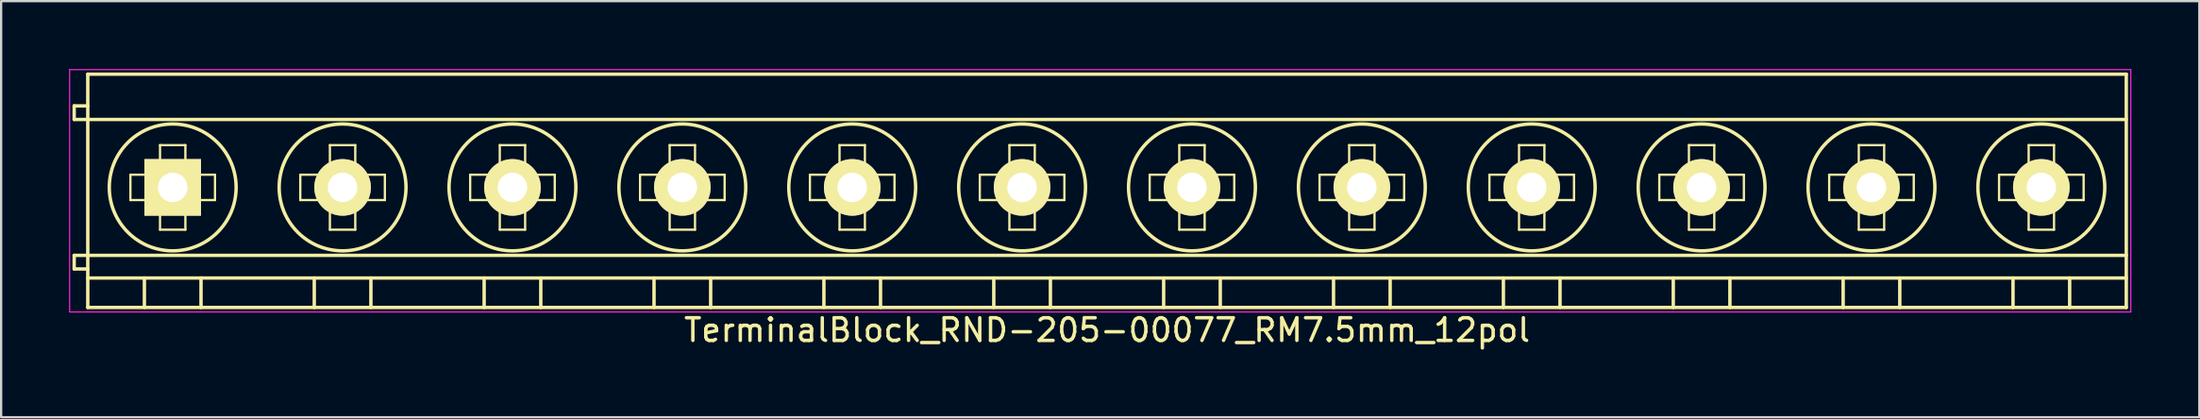
<source format=kicad_pcb>
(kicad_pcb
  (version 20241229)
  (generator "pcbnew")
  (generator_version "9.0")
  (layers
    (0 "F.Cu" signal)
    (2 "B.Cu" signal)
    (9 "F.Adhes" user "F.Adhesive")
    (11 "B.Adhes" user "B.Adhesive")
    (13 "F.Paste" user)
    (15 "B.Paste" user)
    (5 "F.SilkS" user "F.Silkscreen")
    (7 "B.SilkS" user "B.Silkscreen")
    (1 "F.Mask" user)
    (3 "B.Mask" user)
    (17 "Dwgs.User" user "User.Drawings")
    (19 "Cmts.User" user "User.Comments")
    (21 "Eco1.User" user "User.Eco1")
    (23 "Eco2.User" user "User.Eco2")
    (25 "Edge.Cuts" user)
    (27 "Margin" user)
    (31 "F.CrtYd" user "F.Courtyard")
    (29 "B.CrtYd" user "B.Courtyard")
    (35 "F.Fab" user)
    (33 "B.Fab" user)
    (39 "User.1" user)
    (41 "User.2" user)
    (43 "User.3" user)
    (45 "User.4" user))
  (footprint "TerminalBlock_RND-205-00077_RM7.5mm_12pol"
    (layer "F.Cu")
    (at 4.575 5.225)
    (property "Reference" "TerminalBlock_RND-205-00077_RM7.5mm_12pol" (at 41.25 6.3 0) (layer "F.SilkS") (effects (font (size 1 1) (thickness 0.15))))
    (attr through_hole)
    (fp_line (start -4.35 -3.6) (end -4.35 -3) (stroke (width 0.15) (type solid)) (layer "F.SilkS"))
    (fp_line (start -4.35 -3) (end -3.75 -3) (stroke (width 0.15) (type solid)) (layer "F.SilkS"))
    (fp_line (start -4.35 3) (end -4.35 3.6) (stroke (width 0.15) (type solid)) (layer "F.SilkS"))
    (fp_line (start -4.35 3.6) (end -3.75 3.6) (stroke (width 0.15) (type solid)) (layer "F.SilkS"))
    (fp_line (start -3.75 -5) (end 86.25 -5) (stroke (width 0.15) (type solid)) (layer "F.SilkS"))
    (fp_line (start -3.75 -3.6) (end -4.35 -3.6) (stroke (width 0.15) (type solid)) (layer "F.SilkS"))
    (fp_line (start -3.75 -3) (end 86.25 -3) (stroke (width 0.15) (type solid)) (layer "F.SilkS"))
    (fp_line (start -3.75 3) (end -4.35 3) (stroke (width 0.15) (type solid)) (layer "F.SilkS"))
    (fp_line (start -3.75 3) (end 86.25 3) (stroke (width 0.15) (type solid)) (layer "F.SilkS"))
    (fp_line (start -3.75 4) (end 86.25 4) (stroke (width 0.15) (type solid)) (layer "F.SilkS"))
    (fp_line (start -3.75 5.3) (end -3.75 -5) (stroke (width 0.15) (type solid)) (layer "F.SilkS"))
    (fp_line (start -1.867 -0.56) (end -0.56 -0.56) (stroke (width 0.1) (type solid)) (layer "F.SilkS"))
    (fp_line (start -1.867 0.56) (end -1.867 -0.56) (stroke (width 0.1) (type solid)) (layer "F.SilkS"))
    (fp_line (start -1.25 4) (end -1.25 5.3) (stroke (width 0.15) (type solid)) (layer "F.SilkS"))
    (fp_line (start -0.56 -1.867) (end 0.56 -1.867) (stroke (width 0.1) (type solid)) (layer "F.SilkS"))
    (fp_line (start -0.56 -0.56) (end -0.56 -1.867) (stroke (width 0.1) (type solid)) (layer "F.SilkS"))
    (fp_line (start -0.56 0.56) (end -1.867 0.56) (stroke (width 0.1) (type solid)) (layer "F.SilkS"))
    (fp_line (start -0.56 1.867) (end -0.56 0.56) (stroke (width 0.1) (type solid)) (layer "F.SilkS"))
    (fp_line (start 0.56 -1.867) (end 0.56 -0.56) (stroke (width 0.1) (type solid)) (layer "F.SilkS"))
    (fp_line (start 0.56 -0.56) (end 1.867 -0.56) (stroke (width 0.1) (type solid)) (layer "F.SilkS"))
    (fp_line (start 0.56 0.56) (end 0.56 1.867) (stroke (width 0.1) (type solid)) (layer "F.SilkS"))
    (fp_line (start 0.56 1.867) (end -0.56 1.867) (stroke (width 0.1) (type solid)) (layer "F.SilkS"))
    (fp_line (start 1.25 4) (end 1.25 5.3) (stroke (width 0.15) (type solid)) (layer "F.SilkS"))
    (fp_line (start 1.867 -0.56) (end 1.867 0.56) (stroke (width 0.1) (type solid)) (layer "F.SilkS"))
    (fp_line (start 1.867 0.56) (end 0.56 0.56) (stroke (width 0.1) (type solid)) (layer "F.SilkS"))
    (fp_line (start 5.633 -0.56) (end 6.94 -0.56) (stroke (width 0.1) (type solid)) (layer "F.SilkS"))
    (fp_line (start 5.633 0.56) (end 5.633 -0.56) (stroke (width 0.1) (type solid)) (layer "F.SilkS"))
    (fp_line (start 6.25 4) (end 6.25 5.3) (stroke (width 0.15) (type solid)) (layer "F.SilkS"))
    (fp_line (start 6.94 -1.867) (end 8.06 -1.867) (stroke (width 0.1) (type solid)) (layer "F.SilkS"))
    (fp_line (start 6.94 -0.56) (end 6.94 -1.867) (stroke (width 0.1) (type solid)) (layer "F.SilkS"))
    (fp_line (start 6.94 0.56) (end 5.633 0.56) (stroke (width 0.1) (type solid)) (layer "F.SilkS"))
    (fp_line (start 6.94 1.867) (end 6.94 0.56) (stroke (width 0.1) (type solid)) (layer "F.SilkS"))
    (fp_line (start 8.06 -1.867) (end 8.06 -0.56) (stroke (width 0.1) (type solid)) (layer "F.SilkS"))
    (fp_line (start 8.06 -0.56) (end 9.367 -0.56) (stroke (width 0.1) (type solid)) (layer "F.SilkS"))
    (fp_line (start 8.06 0.56) (end 8.06 1.867) (stroke (width 0.1) (type solid)) (layer "F.SilkS"))
    (fp_line (start 8.06 1.867) (end 6.94 1.867) (stroke (width 0.1) (type solid)) (layer "F.SilkS"))
    (fp_line (start 8.75 4) (end 8.75 5.3) (stroke (width 0.15) (type solid)) (layer "F.SilkS"))
    (fp_line (start 9.367 -0.56) (end 9.367 0.56) (stroke (width 0.1) (type solid)) (layer "F.SilkS"))
    (fp_line (start 9.367 0.56) (end 8.06 0.56) (stroke (width 0.1) (type solid)) (layer "F.SilkS"))
    (fp_line (start 13.133 -0.56) (end 14.44 -0.56) (stroke (width 0.1) (type solid)) (layer "F.SilkS"))
    (fp_line (start 13.133 0.56) (end 13.133 -0.56) (stroke (width 0.1) (type solid)) (layer "F.SilkS"))
    (fp_line (start 13.75 4) (end 13.75 5.3) (stroke (width 0.15) (type solid)) (layer "F.SilkS"))
    (fp_line (start 14.44 -1.867) (end 15.56 -1.867) (stroke (width 0.1) (type solid)) (layer "F.SilkS"))
    (fp_line (start 14.44 -0.56) (end 14.44 -1.867) (stroke (width 0.1) (type solid)) (layer "F.SilkS"))
    (fp_line (start 14.44 0.56) (end 13.133 0.56) (stroke (width 0.1) (type solid)) (layer "F.SilkS"))
    (fp_line (start 14.44 1.867) (end 14.44 0.56) (stroke (width 0.1) (type solid)) (layer "F.SilkS"))
    (fp_line (start 15.56 -1.867) (end 15.56 -0.56) (stroke (width 0.1) (type solid)) (layer "F.SilkS"))
    (fp_line (start 15.56 -0.56) (end 16.867 -0.56) (stroke (width 0.1) (type solid)) (layer "F.SilkS"))
    (fp_line (start 15.56 0.56) (end 15.56 1.867) (stroke (width 0.1) (type solid)) (layer "F.SilkS"))
    (fp_line (start 15.56 1.867) (end 14.44 1.867) (stroke (width 0.1) (type solid)) (layer "F.SilkS"))
    (fp_line (start 16.25 4) (end 16.25 5.3) (stroke (width 0.15) (type solid)) (layer "F.SilkS"))
    (fp_line (start 16.867 -0.56) (end 16.867 0.56) (stroke (width 0.1) (type solid)) (layer "F.SilkS"))
    (fp_line (start 16.867 0.56) (end 15.56 0.56) (stroke (width 0.1) (type solid)) (layer "F.SilkS"))
    (fp_line (start 20.633 -0.56) (end 21.94 -0.56) (stroke (width 0.1) (type solid)) (layer "F.SilkS"))
    (fp_line (start 20.633 0.56) (end 20.633 -0.56) (stroke (width 0.1) (type solid)) (layer "F.SilkS"))
    (fp_line (start 21.25 4) (end 21.25 5.3) (stroke (width 0.15) (type solid)) (layer "F.SilkS"))
    (fp_line (start 21.94 -1.867) (end 23.06 -1.867) (stroke (width 0.1) (type solid)) (layer "F.SilkS"))
    (fp_line (start 21.94 -0.56) (end 21.94 -1.867) (stroke (width 0.1) (type solid)) (layer "F.SilkS"))
    (fp_line (start 21.94 0.56) (end 20.633 0.56) (stroke (width 0.1) (type solid)) (layer "F.SilkS"))
    (fp_line (start 21.94 1.867) (end 21.94 0.56) (stroke (width 0.1) (type solid)) (layer "F.SilkS"))
    (fp_line (start 23.06 -1.867) (end 23.06 -0.56) (stroke (width 0.1) (type solid)) (layer "F.SilkS"))
    (fp_line (start 23.06 -0.56) (end 24.367 -0.56) (stroke (width 0.1) (type solid)) (layer "F.SilkS"))
    (fp_line (start 23.06 0.56) (end 23.06 1.867) (stroke (width 0.1) (type solid)) (layer "F.SilkS"))
    (fp_line (start 23.06 1.867) (end 21.94 1.867) (stroke (width 0.1) (type solid)) (layer "F.SilkS"))
    (fp_line (start 23.75 4) (end 23.75 5.3) (stroke (width 0.15) (type solid)) (layer "F.SilkS"))
    (fp_line (start 24.367 -0.56) (end 24.367 0.56) (stroke (width 0.1) (type solid)) (layer "F.SilkS"))
    (fp_line (start 24.367 0.56) (end 23.06 0.56) (stroke (width 0.1) (type solid)) (layer "F.SilkS"))
    (fp_line (start 28.133 -0.56) (end 29.44 -0.56) (stroke (width 0.1) (type solid)) (layer "F.SilkS"))
    (fp_line (start 28.133 0.56) (end 28.133 -0.56) (stroke (width 0.1) (type solid)) (layer "F.SilkS"))
    (fp_line (start 28.75 4) (end 28.75 5.3) (stroke (width 0.15) (type solid)) (layer "F.SilkS"))
    (fp_line (start 29.44 -1.867) (end 30.56 -1.867) (stroke (width 0.1) (type solid)) (layer "F.SilkS"))
    (fp_line (start 29.44 -0.56) (end 29.44 -1.867) (stroke (width 0.1) (type solid)) (layer "F.SilkS"))
    (fp_line (start 29.44 0.56) (end 28.133 0.56) (stroke (width 0.1) (type solid)) (layer "F.SilkS"))
    (fp_line (start 29.44 1.867) (end 29.44 0.56) (stroke (width 0.1) (type solid)) (layer "F.SilkS"))
    (fp_line (start 30.56 -1.867) (end 30.56 -0.56) (stroke (width 0.1) (type solid)) (layer "F.SilkS"))
    (fp_line (start 30.56 -0.56) (end 31.867 -0.56) (stroke (width 0.1) (type solid)) (layer "F.SilkS"))
    (fp_line (start 30.56 0.56) (end 30.56 1.867) (stroke (width 0.1) (type solid)) (layer "F.SilkS"))
    (fp_line (start 30.56 1.867) (end 29.44 1.867) (stroke (width 0.1) (type solid)) (layer "F.SilkS"))
    (fp_line (start 31.25 4) (end 31.25 5.3) (stroke (width 0.15) (type solid)) (layer "F.SilkS"))
    (fp_line (start 31.867 -0.56) (end 31.867 0.56) (stroke (width 0.1) (type solid)) (layer "F.SilkS"))
    (fp_line (start 31.867 0.56) (end 30.56 0.56) (stroke (width 0.1) (type solid)) (layer "F.SilkS"))
    (fp_line (start 35.633 -0.56) (end 36.94 -0.56) (stroke (width 0.1) (type solid)) (layer "F.SilkS"))
    (fp_line (start 35.633 0.56) (end 35.633 -0.56) (stroke (width 0.1) (type solid)) (layer "F.SilkS"))
    (fp_line (start 36.25 4) (end 36.25 5.3) (stroke (width 0.15) (type solid)) (layer "F.SilkS"))
    (fp_line (start 36.94 -1.867) (end 38.06 -1.867) (stroke (width 0.1) (type solid)) (layer "F.SilkS"))
    (fp_line (start 36.94 -0.56) (end 36.94 -1.867) (stroke (width 0.1) (type solid)) (layer "F.SilkS"))
    (fp_line (start 36.94 0.56) (end 35.633 0.56) (stroke (width 0.1) (type solid)) (layer "F.SilkS"))
    (fp_line (start 36.94 1.867) (end 36.94 0.56) (stroke (width 0.1) (type solid)) (layer "F.SilkS"))
    (fp_line (start 38.06 -1.867) (end 38.06 -0.56) (stroke (width 0.1) (type solid)) (layer "F.SilkS"))
    (fp_line (start 38.06 -0.56) (end 39.367 -0.56) (stroke (width 0.1) (type solid)) (layer "F.SilkS"))
    (fp_line (start 38.06 0.56) (end 38.06 1.867) (stroke (width 0.1) (type solid)) (layer "F.SilkS"))
    (fp_line (start 38.06 1.867) (end 36.94 1.867) (stroke (width 0.1) (type solid)) (layer "F.SilkS"))
    (fp_line (start 38.75 4) (end 38.75 5.3) (stroke (width 0.15) (type solid)) (layer "F.SilkS"))
    (fp_line (start 39.367 -0.56) (end 39.367 0.56) (stroke (width 0.1) (type solid)) (layer "F.SilkS"))
    (fp_line (start 39.367 0.56) (end 38.06 0.56) (stroke (width 0.1) (type solid)) (layer "F.SilkS"))
    (fp_line (start 43.133 -0.56) (end 44.44 -0.56) (stroke (width 0.1) (type solid)) (layer "F.SilkS"))
    (fp_line (start 43.133 0.56) (end 43.133 -0.56) (stroke (width 0.1) (type solid)) (layer "F.SilkS"))
    (fp_line (start 43.75 4) (end 43.75 5.3) (stroke (width 0.15) (type solid)) (layer "F.SilkS"))
    (fp_line (start 44.44 -1.867) (end 45.56 -1.867) (stroke (width 0.1) (type solid)) (layer "F.SilkS"))
    (fp_line (start 44.44 -0.56) (end 44.44 -1.867) (stroke (width 0.1) (type solid)) (layer "F.SilkS"))
    (fp_line (start 44.44 0.56) (end 43.133 0.56) (stroke (width 0.1) (type solid)) (layer "F.SilkS"))
    (fp_line (start 44.44 1.867) (end 44.44 0.56) (stroke (width 0.1) (type solid)) (layer "F.SilkS"))
    (fp_line (start 45.56 -1.867) (end 45.56 -0.56) (stroke (width 0.1) (type solid)) (layer "F.SilkS"))
    (fp_line (start 45.56 -0.56) (end 46.867 -0.56) (stroke (width 0.1) (type solid)) (layer "F.SilkS"))
    (fp_line (start 45.56 0.56) (end 45.56 1.867) (stroke (width 0.1) (type solid)) (layer "F.SilkS"))
    (fp_line (start 45.56 1.867) (end 44.44 1.867) (stroke (width 0.1) (type solid)) (layer "F.SilkS"))
    (fp_line (start 46.25 4) (end 46.25 5.3) (stroke (width 0.15) (type solid)) (layer "F.SilkS"))
    (fp_line (start 46.867 -0.56) (end 46.867 0.56) (stroke (width 0.1) (type solid)) (layer "F.SilkS"))
    (fp_line (start 46.867 0.56) (end 45.56 0.56) (stroke (width 0.1) (type solid)) (layer "F.SilkS"))
    (fp_line (start 50.633 -0.56) (end 51.94 -0.56) (stroke (width 0.1) (type solid)) (layer "F.SilkS"))
    (fp_line (start 50.633 0.56) (end 50.633 -0.56) (stroke (width 0.1) (type solid)) (layer "F.SilkS"))
    (fp_line (start 51.25 4) (end 51.25 5.3) (stroke (width 0.15) (type solid)) (layer "F.SilkS"))
    (fp_line (start 51.94 -1.867) (end 53.06 -1.867) (stroke (width 0.1) (type solid)) (layer "F.SilkS"))
    (fp_line (start 51.94 -0.56) (end 51.94 -1.867) (stroke (width 0.1) (type solid)) (layer "F.SilkS"))
    (fp_line (start 51.94 0.56) (end 50.633 0.56) (stroke (width 0.1) (type solid)) (layer "F.SilkS"))
    (fp_line (start 51.94 1.867) (end 51.94 0.56) (stroke (width 0.1) (type solid)) (layer "F.SilkS"))
    (fp_line (start 53.06 -1.867) (end 53.06 -0.56) (stroke (width 0.1) (type solid)) (layer "F.SilkS"))
    (fp_line (start 53.06 -0.56) (end 54.367 -0.56) (stroke (width 0.1) (type solid)) (layer "F.SilkS"))
    (fp_line (start 53.06 0.56) (end 53.06 1.867) (stroke (width 0.1) (type solid)) (layer "F.SilkS"))
    (fp_line (start 53.06 1.867) (end 51.94 1.867) (stroke (width 0.1) (type solid)) (layer "F.SilkS"))
    (fp_line (start 53.75 4) (end 53.75 5.3) (stroke (width 0.15) (type solid)) (layer "F.SilkS"))
    (fp_line (start 54.367 -0.56) (end 54.367 0.56) (stroke (width 0.1) (type solid)) (layer "F.SilkS"))
    (fp_line (start 54.367 0.56) (end 53.06 0.56) (stroke (width 0.1) (type solid)) (layer "F.SilkS"))
    (fp_line (start 58.133 -0.56) (end 59.44 -0.56) (stroke (width 0.1) (type solid)) (layer "F.SilkS"))
    (fp_line (start 58.133 0.56) (end 58.133 -0.56) (stroke (width 0.1) (type solid)) (layer "F.SilkS"))
    (fp_line (start 58.75 4) (end 58.75 5.3) (stroke (width 0.15) (type solid)) (layer "F.SilkS"))
    (fp_line (start 59.44 -1.867) (end 60.56 -1.867) (stroke (width 0.1) (type solid)) (layer "F.SilkS"))
    (fp_line (start 59.44 -0.56) (end 59.44 -1.867) (stroke (width 0.1) (type solid)) (layer "F.SilkS"))
    (fp_line (start 59.44 0.56) (end 58.133 0.56) (stroke (width 0.1) (type solid)) (layer "F.SilkS"))
    (fp_line (start 59.44 1.867) (end 59.44 0.56) (stroke (width 0.1) (type solid)) (layer "F.SilkS"))
    (fp_line (start 60.56 -1.867) (end 60.56 -0.56) (stroke (width 0.1) (type solid)) (layer "F.SilkS"))
    (fp_line (start 60.56 -0.56) (end 61.867 -0.56) (stroke (width 0.1) (type solid)) (layer "F.SilkS"))
    (fp_line (start 60.56 0.56) (end 60.56 1.867) (stroke (width 0.1) (type solid)) (layer "F.SilkS"))
    (fp_line (start 60.56 1.867) (end 59.44 1.867) (stroke (width 0.1) (type solid)) (layer "F.SilkS"))
    (fp_line (start 61.25 4) (end 61.25 5.3) (stroke (width 0.15) (type solid)) (layer "F.SilkS"))
    (fp_line (start 61.867 -0.56) (end 61.867 0.56) (stroke (width 0.1) (type solid)) (layer "F.SilkS"))
    (fp_line (start 61.867 0.56) (end 60.56 0.56) (stroke (width 0.1) (type solid)) (layer "F.SilkS"))
    (fp_line (start 65.633 -0.56) (end 66.94 -0.56) (stroke (width 0.1) (type solid)) (layer "F.SilkS"))
    (fp_line (start 65.633 0.56) (end 65.633 -0.56) (stroke (width 0.1) (type solid)) (layer "F.SilkS"))
    (fp_line (start 66.25 4) (end 66.25 5.3) (stroke (width 0.15) (type solid)) (layer "F.SilkS"))
    (fp_line (start 66.94 -1.867) (end 68.06 -1.867) (stroke (width 0.1) (type solid)) (layer "F.SilkS"))
    (fp_line (start 66.94 -0.56) (end 66.94 -1.867) (stroke (width 0.1) (type solid)) (layer "F.SilkS"))
    (fp_line (start 66.94 0.56) (end 65.633 0.56) (stroke (width 0.1) (type solid)) (layer "F.SilkS"))
    (fp_line (start 66.94 1.867) (end 66.94 0.56) (stroke (width 0.1) (type solid)) (layer "F.SilkS"))
    (fp_line (start 68.06 -1.867) (end 68.06 -0.56) (stroke (width 0.1) (type solid)) (layer "F.SilkS"))
    (fp_line (start 68.06 -0.56) (end 69.367 -0.56) (stroke (width 0.1) (type solid)) (layer "F.SilkS"))
    (fp_line (start 68.06 0.56) (end 68.06 1.867) (stroke (width 0.1) (type solid)) (layer "F.SilkS"))
    (fp_line (start 68.06 1.867) (end 66.94 1.867) (stroke (width 0.1) (type solid)) (layer "F.SilkS"))
    (fp_line (start 68.75 4) (end 68.75 5.3) (stroke (width 0.15) (type solid)) (layer "F.SilkS"))
    (fp_line (start 69.367 -0.56) (end 69.367 0.56) (stroke (width 0.1) (type solid)) (layer "F.SilkS"))
    (fp_line (start 69.367 0.56) (end 68.06 0.56) (stroke (width 0.1) (type solid)) (layer "F.SilkS"))
    (fp_line (start 73.133 -0.56) (end 74.44 -0.56) (stroke (width 0.1) (type solid)) (layer "F.SilkS"))
    (fp_line (start 73.133 0.56) (end 73.133 -0.56) (stroke (width 0.1) (type solid)) (layer "F.SilkS"))
    (fp_line (start 73.75 4) (end 73.75 5.3) (stroke (width 0.15) (type solid)) (layer "F.SilkS"))
    (fp_line (start 74.44 -1.867) (end 75.56 -1.867) (stroke (width 0.1) (type solid)) (layer "F.SilkS"))
    (fp_line (start 74.44 -0.56) (end 74.44 -1.867) (stroke (width 0.1) (type solid)) (layer "F.SilkS"))
    (fp_line (start 74.44 0.56) (end 73.133 0.56) (stroke (width 0.1) (type solid)) (layer "F.SilkS"))
    (fp_line (start 74.44 1.867) (end 74.44 0.56) (stroke (width 0.1) (type solid)) (layer "F.SilkS"))
    (fp_line (start 75.56 -1.867) (end 75.56 -0.56) (stroke (width 0.1) (type solid)) (layer "F.SilkS"))
    (fp_line (start 75.56 -0.56) (end 76.867 -0.56) (stroke (width 0.1) (type solid)) (layer "F.SilkS"))
    (fp_line (start 75.56 0.56) (end 75.56 1.867) (stroke (width 0.1) (type solid)) (layer "F.SilkS"))
    (fp_line (start 75.56 1.867) (end 74.44 1.867) (stroke (width 0.1) (type solid)) (layer "F.SilkS"))
    (fp_line (start 76.25 4) (end 76.25 5.3) (stroke (width 0.15) (type solid)) (layer "F.SilkS"))
    (fp_line (start 76.867 -0.56) (end 76.867 0.56) (stroke (width 0.1) (type solid)) (layer "F.SilkS"))
    (fp_line (start 76.867 0.56) (end 75.56 0.56) (stroke (width 0.1) (type solid)) (layer "F.SilkS"))
    (fp_line (start 80.633 -0.56) (end 81.94 -0.56) (stroke (width 0.1) (type solid)) (layer "F.SilkS"))
    (fp_line (start 80.633 0.56) (end 80.633 -0.56) (stroke (width 0.1) (type solid)) (layer "F.SilkS"))
    (fp_line (start 81.25 4) (end 81.25 5.3) (stroke (width 0.15) (type solid)) (layer "F.SilkS"))
    (fp_line (start 81.94 -1.867) (end 83.06 -1.867) (stroke (width 0.1) (type solid)) (layer "F.SilkS"))
    (fp_line (start 81.94 -0.56) (end 81.94 -1.867) (stroke (width 0.1) (type solid)) (layer "F.SilkS"))
    (fp_line (start 81.94 0.56) (end 80.633 0.56) (stroke (width 0.1) (type solid)) (layer "F.SilkS"))
    (fp_line (start 81.94 1.867) (end 81.94 0.56) (stroke (width 0.1) (type solid)) (layer "F.SilkS"))
    (fp_line (start 83.06 -1.867) (end 83.06 -0.56) (stroke (width 0.1) (type solid)) (layer "F.SilkS"))
    (fp_line (start 83.06 -0.56) (end 84.367 -0.56) (stroke (width 0.1) (type solid)) (layer "F.SilkS"))
    (fp_line (start 83.06 0.56) (end 83.06 1.867) (stroke (width 0.1) (type solid)) (layer "F.SilkS"))
    (fp_line (start 83.06 1.867) (end 81.94 1.867) (stroke (width 0.1) (type solid)) (layer "F.SilkS"))
    (fp_line (start 83.75 4) (end 83.75 5.3) (stroke (width 0.15) (type solid)) (layer "F.SilkS"))
    (fp_line (start 84.367 -0.56) (end 84.367 0.56) (stroke (width 0.1) (type solid)) (layer "F.SilkS"))
    (fp_line (start 84.367 0.56) (end 83.06 0.56) (stroke (width 0.1) (type solid)) (layer "F.SilkS"))
    (fp_line (start 86.25 -5) (end 86.25 5.3) (stroke (width 0.15) (type solid)) (layer "F.SilkS"))
    (fp_line (start 86.25 5.3) (end -3.75 5.3) (stroke (width 0.15) (type solid)) (layer "F.SilkS"))
    (fp_circle (center 0 0) (end -2.8 0) (stroke (width 0.15) (type solid)) (fill no) (layer "F.SilkS"))
    (fp_circle (center 7.5 0) (end 4.7 0) (stroke (width 0.15) (type solid)) (fill no) (layer "F.SilkS"))
    (fp_circle (center 15 0) (end 12.2 0) (stroke (width 0.15) (type solid)) (fill no) (layer "F.SilkS"))
    (fp_circle (center 22.5 0) (end 19.7 0) (stroke (width 0.15) (type solid)) (fill no) (layer "F.SilkS"))
    (fp_circle (center 30 0) (end 27.2 0) (stroke (width 0.15) (type solid)) (fill no) (layer "F.SilkS"))
    (fp_circle (center 37.5 0) (end 34.7 0) (stroke (width 0.15) (type solid)) (fill no) (layer "F.SilkS"))
    (fp_circle (center 45 0) (end 42.2 0) (stroke (width 0.15) (type solid)) (fill no) (layer "F.SilkS"))
    (fp_circle (center 52.5 0) (end 49.7 0) (stroke (width 0.15) (type solid)) (fill no) (layer "F.SilkS"))
    (fp_circle (center 60 0) (end 57.2 0) (stroke (width 0.15) (type solid)) (fill no) (layer "F.SilkS"))
    (fp_circle (center 67.5 0) (end 64.7 0) (stroke (width 0.15) (type solid)) (fill no) (layer "F.SilkS"))
    (fp_circle (center 75 0) (end 72.2 0) (stroke (width 0.15) (type solid)) (fill no) (layer "F.SilkS"))
    (fp_circle (center 82.5 0) (end 79.7 0) (stroke (width 0.15) (type solid)) (fill no) (layer "F.SilkS"))
    (fp_line (start -4.55 -5.2) (end 86.45 -5.2) (stroke (width 0.05) (type solid)) (layer "F.CrtYd"))
    (fp_line (start -4.55 5.5) (end -4.55 -5.2) (stroke (width 0.05) (type solid)) (layer "F.CrtYd"))
    (fp_line (start 86.45 -5.2) (end 86.45 5.5) (stroke (width 0.05) (type solid)) (layer "F.CrtYd"))
    (fp_line (start 86.45 5.5) (end -4.55 5.5) (stroke (width 0.05) (type solid)) (layer "F.CrtYd"))
    (pad "1" thru_hole rect (at 0 0) (size 2.5 2.5) (drill 1.3) (layers "*.Cu" "*.Mask" "F.SilkS"))
    (pad "2" thru_hole circle (at 7.5 0) (size 2.5 2.5) (drill 1.3) (layers "*.Cu" "*.Mask" "F.SilkS"))
    (pad "3" thru_hole circle (at 15 0) (size 2.5 2.5) (drill 1.3) (layers "*.Cu" "*.Mask" "F.SilkS"))
    (pad "4" thru_hole circle (at 22.5 0) (size 2.5 2.5) (drill 1.3) (layers "*.Cu" "*.Mask" "F.SilkS"))
    (pad "5" thru_hole circle (at 30 0) (size 2.5 2.5) (drill 1.3) (layers "*.Cu" "*.Mask" "F.SilkS"))
    (pad "6" thru_hole circle (at 37.5 0) (size 2.5 2.5) (drill 1.3) (layers "*.Cu" "*.Mask" "F.SilkS"))
    (pad "7" thru_hole circle (at 45 0) (size 2.5 2.5) (drill 1.3) (layers "*.Cu" "*.Mask" "F.SilkS"))
    (pad "8" thru_hole circle (at 52.5 0) (size 2.5 2.5) (drill 1.3) (layers "*.Cu" "*.Mask" "F.SilkS"))
    (pad "9" thru_hole circle (at 60 0) (size 2.5 2.5) (drill 1.3) (layers "*.Cu" "*.Mask" "F.SilkS"))
    (pad "10" thru_hole circle (at 67.5 0) (size 2.5 2.5) (drill 1.3) (layers "*.Cu" "*.Mask" "F.SilkS"))
    (pad "11" thru_hole circle (at 75 0) (size 2.5 2.5) (drill 1.3) (layers "*.Cu" "*.Mask" "F.SilkS"))
    (pad "12" thru_hole circle (at 82.5 0) (size 2.5 2.5) (drill 1.3) (layers "*.Cu" "*.Mask" "F.SilkS")))
  (gr_rect
    (start -3 -3)
    (end 94.05 15.373)
    (stroke (width 0.1) (type default))
    (fill no)
    (layer "Edge.Cuts")))
</source>
